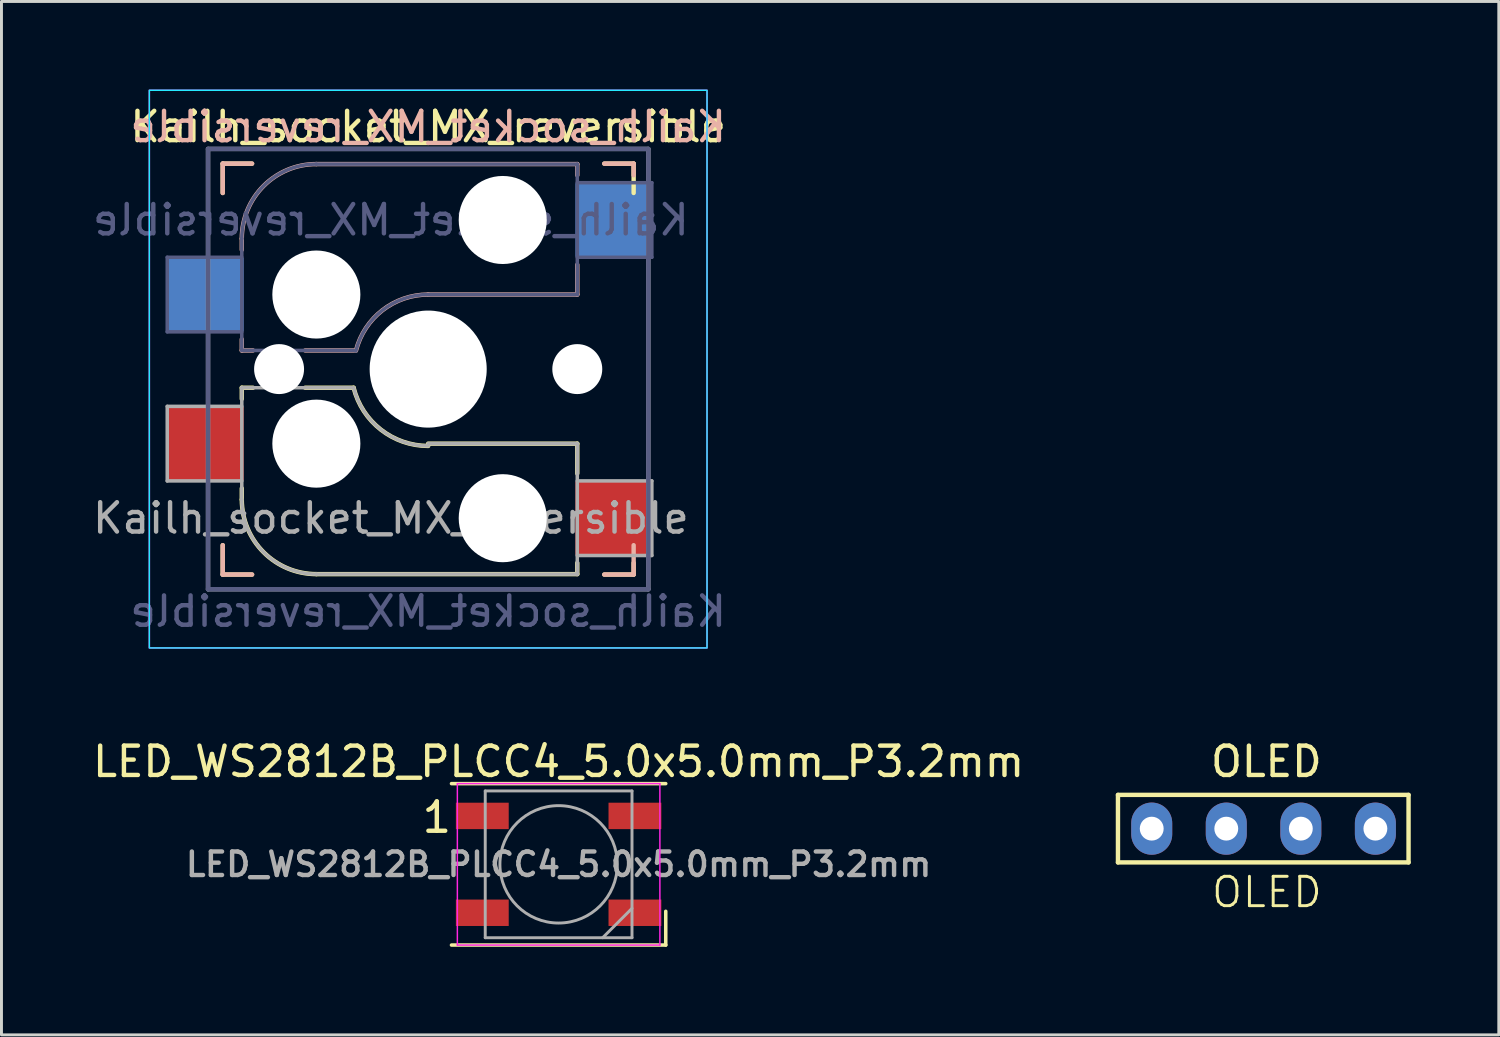
<source format=kicad_pcb>
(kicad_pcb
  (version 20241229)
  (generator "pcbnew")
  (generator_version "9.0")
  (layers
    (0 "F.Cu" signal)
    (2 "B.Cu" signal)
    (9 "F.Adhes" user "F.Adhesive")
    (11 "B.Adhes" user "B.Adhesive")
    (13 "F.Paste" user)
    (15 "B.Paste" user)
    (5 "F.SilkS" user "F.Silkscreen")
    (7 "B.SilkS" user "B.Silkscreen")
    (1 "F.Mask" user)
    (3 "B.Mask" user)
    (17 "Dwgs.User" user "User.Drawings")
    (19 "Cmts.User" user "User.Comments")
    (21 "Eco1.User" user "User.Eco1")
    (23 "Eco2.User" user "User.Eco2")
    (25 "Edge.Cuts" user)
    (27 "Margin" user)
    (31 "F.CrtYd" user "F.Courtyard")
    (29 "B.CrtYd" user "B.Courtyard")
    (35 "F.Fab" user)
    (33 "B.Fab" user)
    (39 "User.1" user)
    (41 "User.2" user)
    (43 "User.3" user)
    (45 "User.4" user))
  (footprint "LED_WS2812B_PLCC4_5.0x5.0mm_P3.2mm"
    (layer "F.Cu")
    (at 15.982 26.398)
    (property "Reference" "LED_WS2812B_PLCC4_5.0x5.0mm_P3.2mm" (at 0 -3.5 0) (layer "F.SilkS") (effects (font (size 1 1) (thickness 0.15))))
    (attr smd)
    (fp_line (start -3.65 -2.75) (end 3.65 -2.75) (stroke (width 0.12) (type solid)) (layer "F.SilkS"))
    (fp_line (start -3.65 2.75) (end 3.65 2.75) (stroke (width 0.12) (type solid)) (layer "F.SilkS"))
    (fp_line (start 3.65 2.75) (end 3.65 1.6) (stroke (width 0.12) (type solid)) (layer "F.SilkS"))
    (fp_line (start -3.45 -2.75) (end -3.45 2.75) (stroke (width 0.05) (type solid)) (layer "F.CrtYd"))
    (fp_line (start -3.45 2.75) (end 3.45 2.75) (stroke (width 0.05) (type solid)) (layer "F.CrtYd"))
    (fp_line (start 3.45 -2.75) (end -3.45 -2.75) (stroke (width 0.05) (type solid)) (layer "F.CrtYd"))
    (fp_line (start 3.45 2.75) (end 3.45 -2.75) (stroke (width 0.05) (type solid)) (layer "F.CrtYd"))
    (fp_line (start -2.5 -2.5) (end -2.5 2.5) (stroke (width 0.1) (type solid)) (layer "F.Fab"))
    (fp_line (start -2.5 2.5) (end 2.5 2.5) (stroke (width 0.1) (type solid)) (layer "F.Fab"))
    (fp_line (start 2.5 -2.5) (end -2.5 -2.5) (stroke (width 0.1) (type solid)) (layer "F.Fab"))
    (fp_line (start 2.5 1.5) (end 1.5 2.5) (stroke (width 0.1) (type solid)) (layer "F.Fab"))
    (fp_line (start 2.5 2.5) (end 2.5 -2.5) (stroke (width 0.1) (type solid)) (layer "F.Fab"))
    (fp_circle (center 0 0) (end 0 -2) (stroke (width 0.1) (type solid)) (fill no) (layer "F.Fab"))
    (fp_text user "1" (at -4.15 -1.6 0) (layer "F.SilkS") (effects (font (size 1 1) (thickness 0.15))))
    (fp_text user "${REFERENCE}" (at 0 0 0) (layer "F.Fab") (effects (font (size 0.8 0.8) (thickness 0.15))))
    (pad "1" smd rect (at -2.6 -1.65) (size 1.8 0.9) (layers "F.Cu" "F.Mask" "F.Paste"))
    (pad "2" smd rect (at -2.6 1.65) (size 1.8 0.9) (layers "F.Cu" "F.Mask" "F.Paste"))
    (pad "3" smd rect (at 2.6 1.65) (size 1.8 0.9) (layers "F.Cu" "F.Mask" "F.Paste"))
    (pad "4" smd rect (at 2.6 -1.65) (size 1.8 0.9) (layers "F.Cu" "F.Mask" "F.Paste")))
  (footprint "OLED"
    (layer "F.Cu")
    (at 40.113 25.062)
    (property "Reference" "OLED" (at 0 2.286 0) (unlocked yes) (layer "F.SilkS") (effects (font (size 1 1) (thickness 0.1))))
    (attr through_hole)
    (fp_line (start -5.074 -1.03) (end 4.826 -1.03) (stroke (width 0.15) (type solid)) (layer "F.SilkS"))
    (fp_line (start -5.074 1.27) (end -5.074 -1.03) (stroke (width 0.15) (type solid)) (layer "F.SilkS"))
    (fp_line (start -5.074 1.27) (end 4.826 1.27) (stroke (width 0.15) (type solid)) (layer "F.SilkS"))
    (fp_line (start 4.826 -1.03) (end 4.826 1.27) (stroke (width 0.15) (type solid)) (layer "F.SilkS"))
    (fp_text user "OLED" (at -0.018 -2.164 0) (layer "F.SilkS") (effects (font (size 1 1) (thickness 0.15))))
    (pad "1" thru_hole oval (at -3.924 0.12) (size 1.397 1.778) (drill 0.813) (layers "*.Cu" "B.Mask"))
    (pad "2" thru_hole oval (at -1.384 0.12) (size 1.397 1.778) (drill 0.813) (layers "*.Cu" "B.Mask"))
    (pad "3" thru_hole oval (at 1.156 0.12) (size 1.397 1.778) (drill 0.813) (layers "*.Cu" "B.Mask"))
    (pad "4" thru_hole oval (at 3.696 0.12) (size 1.397 1.778) (drill 0.813) (layers "*.Cu" "B.Mask")))
  (footprint "Kailh_socket_MX_reversible"
    (layer "F.Cu")
    (at 11.538 9.525)
    (property "Reference" "Kailh_socket_MX_reversible" (at 0 -8.255 0) (layer "F.SilkS") (effects (font (size 1 1) (thickness 0.15))))
    (property "Value" "Kailh_socket_MX_reversible" (at 0 8.255 0) (layer "F.Fab") (hide yes) (effects (font (size 1 1) (thickness 0.15))))
    (attr smd)
    (fp_line (start -7 -7) (end -6 -7) (stroke (width 0.15) (type solid)) (layer "F.SilkS"))
    (fp_line (start -7 -6) (end -7 -7) (stroke (width 0.15) (type solid)) (layer "F.SilkS"))
    (fp_line (start -7 7) (end -7 6) (stroke (width 0.15) (type solid)) (layer "F.SilkS"))
    (fp_line (start -6.35 0.635) (end -5.969 0.635) (stroke (width 0.15) (type solid)) (layer "F.SilkS"))
    (fp_line (start -6.35 1.016) (end -6.35 0.635) (stroke (width 0.15) (type solid)) (layer "F.SilkS"))
    (fp_line (start -6.35 4.445) (end -6.35 4.064) (stroke (width 0.15) (type solid)) (layer "F.SilkS"))
    (fp_line (start -6 7) (end -7 7) (stroke (width 0.15) (type solid)) (layer "F.SilkS"))
    (fp_line (start -4.191 0.635) (end -2.54 0.635) (stroke (width 0.15) (type solid)) (layer "F.SilkS"))
    (fp_line (start 0 2.54) (end 5.08 2.54) (stroke (width 0.15) (type solid)) (layer "F.SilkS"))
    (fp_line (start 5.08 2.54) (end 5.08 3.556) (stroke (width 0.15) (type solid)) (layer "F.SilkS"))
    (fp_line (start 5.08 6.604) (end 5.08 6.985) (stroke (width 0.15) (type solid)) (layer "F.SilkS"))
    (fp_line (start 5.08 6.985) (end -3.81 6.985) (stroke (width 0.15) (type solid)) (layer "F.SilkS"))
    (fp_line (start 6 -7) (end 7 -7) (stroke (width 0.15) (type solid)) (layer "F.SilkS"))
    (fp_line (start 7 -7) (end 7 -6) (stroke (width 0.15) (type solid)) (layer "F.SilkS"))
    (fp_line (start 7 6.604) (end 7 7) (stroke (width 0.15) (type solid)) (layer "F.SilkS"))
    (fp_line (start 7 7) (end 6 7) (stroke (width 0.15) (type solid)) (layer "F.SilkS"))
    (fp_arc (start -3.81 6.985) (mid -5.606051 6.241051) (end -6.35 4.445) (stroke (width 0.15) (type solid)) (layer "F.SilkS"))
    (fp_arc (start -0.000001 2.618171) (mid -1.611255 2.063656) (end -2.539999 0.634999) (stroke (width 0.15) (type solid)) (layer "F.SilkS"))
    (fp_line (start -7 -7) (end -6 -7) (stroke (width 0.15) (type solid)) (layer "B.SilkS"))
    (fp_line (start -7 -6) (end -7 -7) (stroke (width 0.15) (type solid)) (layer "B.SilkS"))
    (fp_line (start -7 7) (end -7 6) (stroke (width 0.15) (type solid)) (layer "B.SilkS"))
    (fp_line (start -6.35 -4.445) (end -6.35 -4.064) (stroke (width 0.15) (type solid)) (layer "B.SilkS"))
    (fp_line (start -6.35 -1.016) (end -6.35 -0.635) (stroke (width 0.15) (type solid)) (layer "B.SilkS"))
    (fp_line (start -6.35 -0.635) (end -5.969 -0.635) (stroke (width 0.15) (type solid)) (layer "B.SilkS"))
    (fp_line (start -6 7) (end -7 7) (stroke (width 0.15) (type solid)) (layer "B.SilkS"))
    (fp_line (start -4.191 -0.635) (end -2.54 -0.635) (stroke (width 0.15) (type solid)) (layer "B.SilkS"))
    (fp_line (start 0 -2.54) (end 5.08 -2.54) (stroke (width 0.15) (type solid)) (layer "B.SilkS"))
    (fp_line (start 5.08 -6.985) (end -3.81 -6.985) (stroke (width 0.15) (type solid)) (layer "B.SilkS"))
    (fp_line (start 5.08 -6.604) (end 5.08 -6.985) (stroke (width 0.15) (type solid)) (layer "B.SilkS"))
    (fp_line (start 5.08 -2.54) (end 5.08 -3.556) (stroke (width 0.15) (type solid)) (layer "B.SilkS"))
    (fp_line (start 6 -7) (end 7 -7) (stroke (width 0.15) (type solid)) (layer "B.SilkS"))
    (fp_line (start 7 -7) (end 7 -6.604) (stroke (width 0.15) (type solid)) (layer "B.SilkS"))
    (fp_line (start 7 6) (end 7 7) (stroke (width 0.15) (type solid)) (layer "B.SilkS"))
    (fp_line (start 7 7) (end 6 7) (stroke (width 0.15) (type solid)) (layer "B.SilkS"))
    (fp_arc (start -6.35 -4.445) (mid -5.606051 -6.241051) (end -3.81 -6.985) (stroke (width 0.15) (type solid)) (layer "B.SilkS"))
    (fp_arc (start -2.461268 -0.627503) (mid -1.558484 -2.005674) (end 0 -2.54) (stroke (width 0.15) (type solid)) (layer "B.SilkS"))
    (fp_rect (start -7.5 -7.5) (end 7.5 7.5) (stroke (width 0.1) (type default)) (fill no) (layer "Eco1.User"))
    (fp_line (start -6.9 6.9) (end -6.9 -6.9) (stroke (width 0.15) (type solid)) (layer "Eco2.User"))
    (fp_line (start -6.9 6.9) (end 6.9 6.9) (stroke (width 0.15) (type solid)) (layer "Eco2.User"))
    (fp_line (start 6.9 -6.9) (end -6.9 -6.9) (stroke (width 0.15) (type solid)) (layer "Eco2.User"))
    (fp_line (start 6.9 -6.9) (end 6.9 6.9) (stroke (width 0.15) (type solid)) (layer "Eco2.User"))
    (fp_rect (start -9.5 -9.5) (end 9.5 9.5) (stroke (width 0.05) (type default)) (fill no) (layer "B.CrtYd"))
    (fp_rect (start -9.5 -9.5) (end 9.5 9.5) (stroke (width 0.05) (type default)) (fill no) (layer "F.CrtYd"))
    (fp_line (start -8.89 -3.81) (end -8.89 -1.27) (stroke (width 0.12) (type solid)) (layer "B.Fab"))
    (fp_line (start -8.89 -1.27) (end -6.35 -1.27) (stroke (width 0.12) (type solid)) (layer "B.Fab"))
    (fp_line (start -7.5 -7.5) (end 7.5 -7.5) (stroke (width 0.15) (type solid)) (layer "B.Fab"))
    (fp_line (start -7.5 7.5) (end -7.5 -7.5) (stroke (width 0.15) (type solid)) (layer "B.Fab"))
    (fp_line (start -6.35 -4.445) (end -6.35 -0.635) (stroke (width 0.12) (type solid)) (layer "B.Fab"))
    (fp_line (start -6.35 -3.81) (end -8.89 -3.81) (stroke (width 0.12) (type solid)) (layer "B.Fab"))
    (fp_line (start -6.35 -0.635) (end -2.54 -0.635) (stroke (width 0.12) (type solid)) (layer "B.Fab"))
    (fp_line (start 0 -2.54) (end 5.08 -2.54) (stroke (width 0.12) (type solid)) (layer "B.Fab"))
    (fp_line (start 5.08 -6.985) (end -3.81 -6.985) (stroke (width 0.12) (type solid)) (layer "B.Fab"))
    (fp_line (start 5.08 -3.81) (end 7.62 -3.81) (stroke (width 0.12) (type solid)) (layer "B.Fab"))
    (fp_line (start 5.08 -2.54) (end 5.08 -6.985) (stroke (width 0.12) (type solid)) (layer "B.Fab"))
    (fp_line (start 7.5 -7.5) (end 7.5 7.5) (stroke (width 0.15) (type solid)) (layer "B.Fab"))
    (fp_line (start 7.5 7.5) (end -7.5 7.5) (stroke (width 0.15) (type solid)) (layer "B.Fab"))
    (fp_line (start 7.62 -6.35) (end 5.08 -6.35) (stroke (width 0.12) (type solid)) (layer "B.Fab"))
    (fp_line (start 7.62 -3.81) (end 7.62 -6.35) (stroke (width 0.12) (type solid)) (layer "B.Fab"))
    (fp_arc (start -6.35 -4.445) (mid -5.606051 -6.241051) (end -3.81 -6.985) (stroke (width 0.12) (type solid)) (layer "B.Fab"))
    (fp_arc (start -2.464162 -0.61604) (mid -1.563147 -2.002042) (end 0 -2.54) (stroke (width 0.12) (type solid)) (layer "B.Fab"))
    (fp_line (start -8.89 1.27) (end -8.89 3.81) (stroke (width 0.12) (type solid)) (layer "F.Fab"))
    (fp_line (start -8.89 3.81) (end -6.35 3.81) (stroke (width 0.12) (type solid)) (layer "F.Fab"))
    (fp_line (start -7.5 -7.5) (end 7.5 -7.5) (stroke (width 0.15) (type solid)) (layer "F.Fab"))
    (fp_line (start -7.5 7.5) (end -7.5 -7.5) (stroke (width 0.15) (type solid)) (layer "F.Fab"))
    (fp_line (start -6.35 0.635) (end -6.35 4.445) (stroke (width 0.12) (type solid)) (layer "F.Fab"))
    (fp_line (start -6.35 1.27) (end -8.89 1.27) (stroke (width 0.12) (type solid)) (layer "F.Fab"))
    (fp_line (start -3.81 6.985) (end 5.08 6.985) (stroke (width 0.12) (type solid)) (layer "F.Fab"))
    (fp_line (start -2.54 0.635) (end -6.35 0.635) (stroke (width 0.12) (type solid)) (layer "F.Fab"))
    (fp_line (start 5.08 2.54) (end 0 2.54) (stroke (width 0.12) (type solid)) (layer "F.Fab"))
    (fp_line (start 5.08 6.35) (end 7.62 6.35) (stroke (width 0.12) (type solid)) (layer "F.Fab"))
    (fp_line (start 5.08 6.985) (end 5.08 2.54) (stroke (width 0.12) (type solid)) (layer "F.Fab"))
    (fp_line (start 7.5 -7.5) (end 7.5 7.5) (stroke (width 0.15) (type solid)) (layer "F.Fab"))
    (fp_line (start 7.5 7.5) (end -7.5 7.5) (stroke (width 0.15) (type solid)) (layer "F.Fab"))
    (fp_line (start 7.62 3.81) (end 5.08 3.81) (stroke (width 0.12) (type solid)) (layer "F.Fab"))
    (fp_line (start 7.62 6.35) (end 7.62 3.81) (stroke (width 0.12) (type solid)) (layer "F.Fab"))
    (fp_arc (start -3.81 6.985) (mid -5.606051 6.241051) (end -6.35 4.445) (stroke (width 0.12) (type solid)) (layer "F.Fab"))
    (fp_arc (start -0.000001 2.618171) (mid -1.611255 2.063656) (end -2.539999 0.634999) (stroke (width 0.12) (type solid)) (layer "F.Fab"))
    (fp_text user "${REFERENCE}" (at 0 -8.255 0) (layer "B.SilkS") (effects (font (size 1 1) (thickness 0.15)) (justify mirror)))
    (fp_text user "${REFERENCE}" (at -1.27 -5.08 0) (layer "B.Fab") (effects (font (size 1 1) (thickness 0.15)) (justify mirror)))
    (fp_text user "${VALUE}" (at 0 8.255 0) (layer "B.Fab") (effects (font (size 1 1) (thickness 0.15)) (justify mirror)))
    (fp_text user "${REFERENCE}" (at -1.27 5.08 0) (layer "F.Fab") (effects (font (size 1 1) (thickness 0.15))))
    (pad "" np_thru_hole circle (at -5.08 0) (size 1.702 1.702) (drill 1.702) (layers "*.Cu" "*.Mask"))
    (pad "" np_thru_hole circle (at -3.81 -2.54) (size 3 3) (drill 3) (layers "*.Cu" "*.Mask"))
    (pad "" np_thru_hole circle (at -3.81 2.54) (size 3 3) (drill 3) (layers "*.Cu" "*.Mask"))
    (pad "" np_thru_hole circle (at 0 0) (size 3.988 3.988) (drill 3.988) (layers "*.Cu" "*.Mask"))
    (pad "" np_thru_hole circle (at 2.54 -5.08) (size 3 3) (drill 3) (layers "*.Cu" "*.Mask"))
    (pad "" np_thru_hole circle (at 2.54 5.08) (size 3 3) (drill 3) (layers "*.Cu" "*.Mask"))
    (pad "" np_thru_hole circle (at 5.08 0) (size 1.702 1.702) (drill 1.702) (layers "*.Cu" "*.Mask"))
    (pad "1" smd rect (at 6.29 -5.08) (size 2.55 2.5) (layers "B.Cu" "B.Mask" "B.Paste"))
    (pad "1" smd rect (at 6.29 5.08) (size 2.55 2.5) (layers "F.Cu" "F.Mask" "F.Paste"))
    (pad "2" smd rect (at -7.56 -2.54) (size 2.55 2.5) (layers "B.Cu" "B.Mask" "B.Paste"))
    (pad "2" smd rect (at -7.56 2.54) (size 2.55 2.5) (layers "F.Cu" "F.Mask" "F.Paste")))
  (gr_rect
    (start -3 -3)
    (end 48.014 32.208)
    (stroke (width 0.1) (type default))
    (fill no)
    (layer "Edge.Cuts")))
</source>
